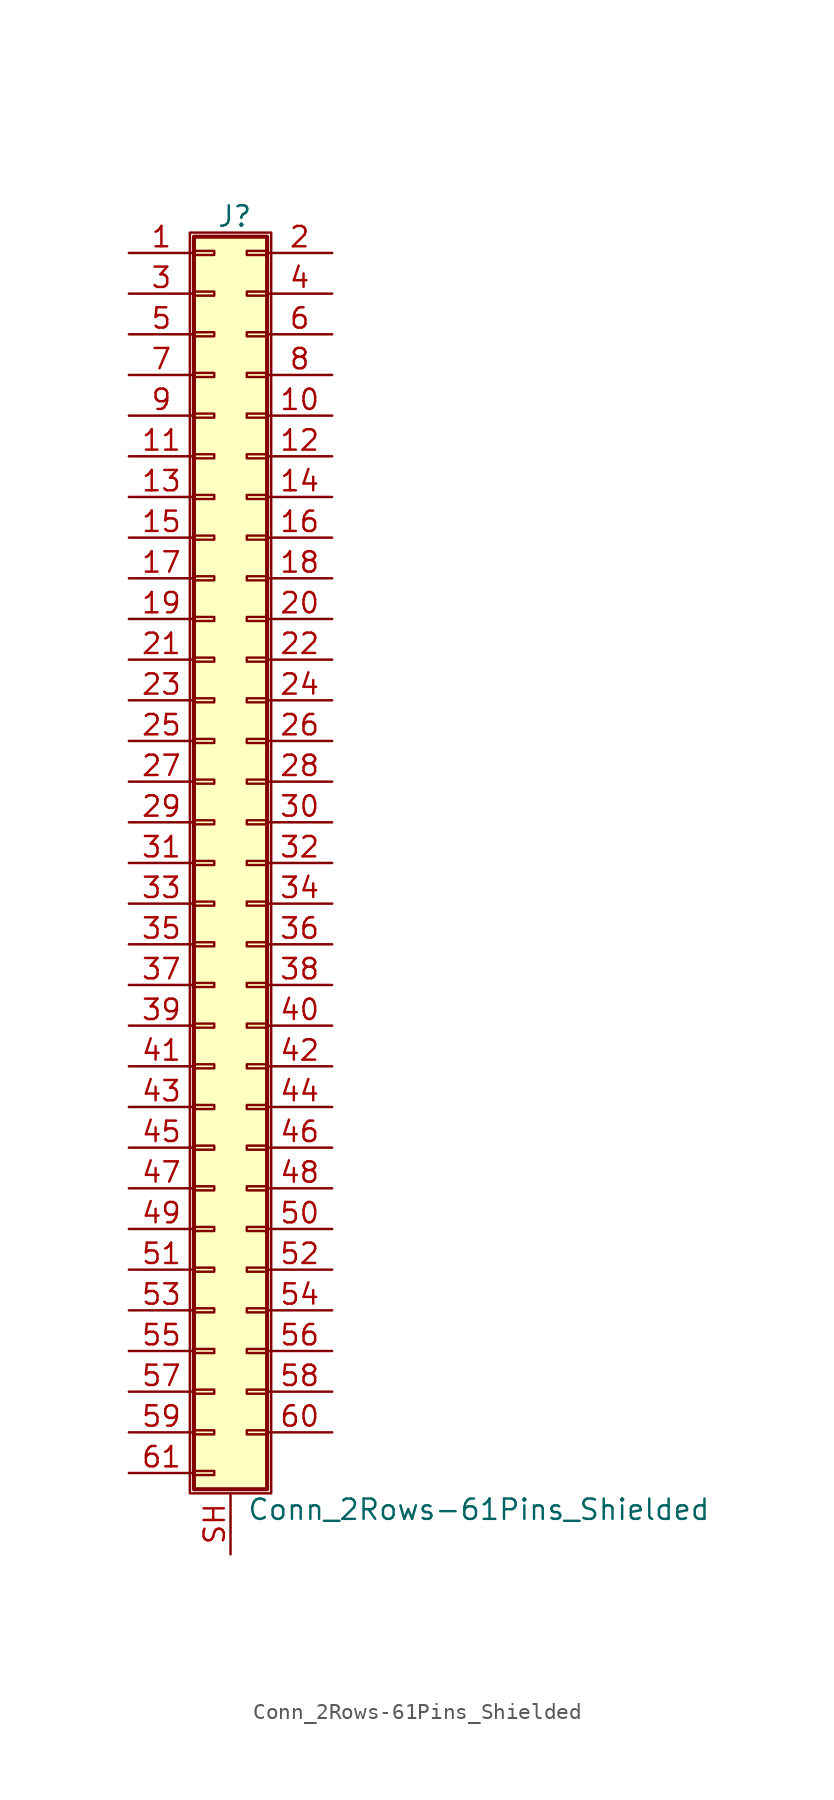
<source format=kicad_sym>
(kicad_symbol_lib
  (version 20200908)
  (generator kicad_symbol_editor)
  (symbol "Connector_Generic_Shielded:Conn_2Rows-61Pins_Shielded"
    (pin_names
      (offset 1.016) hide)
    (property "Reference" "J"
      (at 1.524 40.386 0)
      (effects (font (size 1.27 1.27))))
    (property "Value" "Conn_2Rows-61Pins_Shielded"
      (at 2.286 -40.386 0)
      (effects (font (size 1.27 1.27)) (justify left)))
    (symbol "Conn_2Rows-61Pins_Shielded_1_1"
      (rectangle (start -1.016 -27.813) (end 0.254 -28.067) (stroke (width 0.152)) (fill (type none)))
      (rectangle (start -1.016 -30.353) (end 0.254 -30.607) (stroke (width 0.152)) (fill (type none)))
      (rectangle (start -1.016 -32.893) (end 0.254 -33.147) (stroke (width 0.152)) (fill (type none)))
      (rectangle (start -1.016 -35.433) (end 0.254 -35.687) (stroke (width 0.152)) (fill (type none)))
      (rectangle (start -1.016 -37.973) (end 0.254 -38.227) (stroke (width 0.152)) (fill (type none)))
      (rectangle (start -1.016 -4.953) (end 0.254 -5.207) (stroke (width 0.152)) (fill (type none)))
      (rectangle (start -1.016 -7.493) (end 0.254 -7.747) (stroke (width 0.152)) (fill (type none)))
      (rectangle (start -1.016 -10.033) (end 0.254 -10.287) (stroke (width 0.152)) (fill (type none)))
      (rectangle (start -1.016 -12.573) (end 0.254 -12.827) (stroke (width 0.152)) (fill (type none)))
      (rectangle (start -1.016 -15.113) (end 0.254 -15.367) (stroke (width 0.152)) (fill (type none)))
      (rectangle (start -1.016 -17.653) (end 0.254 -17.907) (stroke (width 0.152)) (fill (type none)))
      (rectangle (start -1.016 -20.193) (end 0.254 -20.447) (stroke (width 0.152)) (fill (type none)))
      (rectangle (start -1.016 -22.733) (end 0.254 -22.987) (stroke (width 0.152)) (fill (type none)))
      (rectangle (start -1.016 -2.413) (end 0.254 -2.667) (stroke (width 0.152)) (fill (type none)))
      (rectangle (start -1.016 -25.273) (end 0.254 -25.527) (stroke (width 0.152)) (fill (type none)))
      (rectangle (start -1.016 25.527) (end 0.254 25.273) (stroke (width 0.152)) (fill (type none)))
      (rectangle (start -1.016 2.667) (end 0.254 2.413) (stroke (width 0.152)) (fill (type none)))
      (rectangle (start -1.016 28.067) (end 0.254 27.813) (stroke (width 0.152)) (fill (type none)))
      (rectangle (start -1.016 30.607) (end 0.254 30.353) (stroke (width 0.152)) (fill (type none)))
      (rectangle (start -1.016 33.147) (end 0.254 32.893) (stroke (width 0.152)) (fill (type none)))
      (rectangle (start -1.016 35.687) (end 0.254 35.433) (stroke (width 0.152)) (fill (type none)))
      (rectangle (start -1.016 38.227) (end 0.254 37.973) (stroke (width 0.152)) (fill (type none)))
      (rectangle (start -1.016 39.116) (end 3.556 -39.116) (stroke (width 0.254)) (fill (type background)))
      (rectangle (start -1.016 5.207) (end 0.254 4.953) (stroke (width 0.152)) (fill (type none)))
      (rectangle (start -1.016 7.747) (end 0.254 7.493) (stroke (width 0.152)) (fill (type none)))
      (rectangle (start -1.016 10.287) (end 0.254 10.033) (stroke (width 0.152)) (fill (type none)))
      (rectangle (start -1.016 0.127) (end 0.254 -0.127) (stroke (width 0.152)) (fill (type none)))
      (rectangle (start -1.016 12.827) (end 0.254 12.573) (stroke (width 0.152)) (fill (type none)))
      (rectangle (start -1.016 15.367) (end 0.254 15.113) (stroke (width 0.152)) (fill (type none)))
      (rectangle (start -1.016 17.907) (end 0.254 17.653) (stroke (width 0.152)) (fill (type none)))
      (rectangle (start -1.016 20.447) (end 0.254 20.193) (stroke (width 0.152)) (fill (type none)))
      (rectangle (start -1.016 22.987) (end 0.254 22.733) (stroke (width 0.152)) (fill (type none)))
      (rectangle (start -1.27 39.37) (end 3.81 -39.37) (stroke (width 0.152)) (fill (type none)))
      (rectangle (start 3.556 -27.813) (end 2.286 -28.067) (stroke (width 0.152)) (fill (type none)))
      (rectangle (start 3.556 -30.353) (end 2.286 -30.607) (stroke (width 0.152)) (fill (type none)))
      (rectangle (start 3.556 -32.893) (end 2.286 -33.147) (stroke (width 0.152)) (fill (type none)))
      (rectangle (start 3.556 -35.433) (end 2.286 -35.687) (stroke (width 0.152)) (fill (type none)))
      (rectangle (start 3.556 -4.953) (end 2.286 -5.207) (stroke (width 0.152)) (fill (type none)))
      (rectangle (start 3.556 -7.493) (end 2.286 -7.747) (stroke (width 0.152)) (fill (type none)))
      (rectangle (start 3.556 -10.033) (end 2.286 -10.287) (stroke (width 0.152)) (fill (type none)))
      (rectangle (start 3.556 -12.573) (end 2.286 -12.827) (stroke (width 0.152)) (fill (type none)))
      (rectangle (start 3.556 -15.113) (end 2.286 -15.367) (stroke (width 0.152)) (fill (type none)))
      (rectangle (start 3.556 -17.653) (end 2.286 -17.907) (stroke (width 0.152)) (fill (type none)))
      (rectangle (start 3.556 -20.193) (end 2.286 -20.447) (stroke (width 0.152)) (fill (type none)))
      (rectangle (start 3.556 -22.733) (end 2.286 -22.987) (stroke (width 0.152)) (fill (type none)))
      (rectangle (start 3.556 -2.413) (end 2.286 -2.667) (stroke (width 0.152)) (fill (type none)))
      (rectangle (start 3.556 -25.273) (end 2.286 -25.527) (stroke (width 0.152)) (fill (type none)))
      (rectangle (start 3.556 25.527) (end 2.286 25.273) (stroke (width 0.152)) (fill (type none)))
      (rectangle (start 3.556 2.667) (end 2.286 2.413) (stroke (width 0.152)) (fill (type none)))
      (rectangle (start 3.556 28.067) (end 2.286 27.813) (stroke (width 0.152)) (fill (type none)))
      (rectangle (start 3.556 30.607) (end 2.286 30.353) (stroke (width 0.152)) (fill (type none)))
      (rectangle (start 3.556 33.147) (end 2.286 32.893) (stroke (width 0.152)) (fill (type none)))
      (rectangle (start 3.556 35.687) (end 2.286 35.433) (stroke (width 0.152)) (fill (type none)))
      (rectangle (start 3.556 38.227) (end 2.286 37.973) (stroke (width 0.152)) (fill (type none)))
      (rectangle (start 3.556 5.207) (end 2.286 4.953) (stroke (width 0.152)) (fill (type none)))
      (rectangle (start 3.556 7.747) (end 2.286 7.493) (stroke (width 0.152)) (fill (type none)))
      (rectangle (start 3.556 10.287) (end 2.286 10.033) (stroke (width 0.152)) (fill (type none)))
      (rectangle (start 3.556 0.127) (end 2.286 -0.127) (stroke (width 0.152)) (fill (type none)))
      (rectangle (start 3.556 12.827) (end 2.286 12.573) (stroke (width 0.152)) (fill (type none)))
      (rectangle (start 3.556 15.367) (end 2.286 15.113) (stroke (width 0.152)) (fill (type none)))
      (rectangle (start 3.556 17.907) (end 2.286 17.653) (stroke (width 0.152)) (fill (type none)))
      (rectangle (start 3.556 20.447) (end 2.286 20.193) (stroke (width 0.152)) (fill (type none)))
      (rectangle (start 3.556 22.987) (end 2.286 22.733) (stroke (width 0.152)) (fill (type none)))
      (pin passive line (at -5.08 38.1 0) (length 4.064) (name "Pin_1" (effects (font (size 1.27 1.27)))) (number "1" (effects (font (size 1.27 1.27)))))
      (pin passive line (at 7.62 27.94 180) (length 4.064) (name "Pin_10" (effects (font (size 1.27 1.27)))) (number "10" (effects (font (size 1.27 1.27)))))
      (pin passive line (at -5.08 25.4 0) (length 4.064) (name "Pin_11" (effects (font (size 1.27 1.27)))) (number "11" (effects (font (size 1.27 1.27)))))
      (pin passive line (at 7.62 25.4 180) (length 4.064) (name "Pin_12" (effects (font (size 1.27 1.27)))) (number "12" (effects (font (size 1.27 1.27)))))
      (pin passive line (at -5.08 22.86 0) (length 4.064) (name "Pin_13" (effects (font (size 1.27 1.27)))) (number "13" (effects (font (size 1.27 1.27)))))
      (pin passive line (at 7.62 22.86 180) (length 4.064) (name "Pin_14" (effects (font (size 1.27 1.27)))) (number "14" (effects (font (size 1.27 1.27)))))
      (pin passive line (at -5.08 20.32 0) (length 4.064) (name "Pin_15" (effects (font (size 1.27 1.27)))) (number "15" (effects (font (size 1.27 1.27)))))
      (pin passive line (at 7.62 20.32 180) (length 4.064) (name "Pin_16" (effects (font (size 1.27 1.27)))) (number "16" (effects (font (size 1.27 1.27)))))
      (pin passive line (at -5.08 17.78 0) (length 4.064) (name "Pin_17" (effects (font (size 1.27 1.27)))) (number "17" (effects (font (size 1.27 1.27)))))
      (pin passive line (at 7.62 17.78 180) (length 4.064) (name "Pin_18" (effects (font (size 1.27 1.27)))) (number "18" (effects (font (size 1.27 1.27)))))
      (pin passive line (at -5.08 15.24 0) (length 4.064) (name "Pin_19" (effects (font (size 1.27 1.27)))) (number "19" (effects (font (size 1.27 1.27)))))
      (pin passive line (at 7.62 38.1 180) (length 4.064) (name "Pin_2" (effects (font (size 1.27 1.27)))) (number "2" (effects (font (size 1.27 1.27)))))
      (pin passive line (at 7.62 15.24 180) (length 4.064) (name "Pin_20" (effects (font (size 1.27 1.27)))) (number "20" (effects (font (size 1.27 1.27)))))
      (pin passive line (at -5.08 12.7 0) (length 4.064) (name "Pin_21" (effects (font (size 1.27 1.27)))) (number "21" (effects (font (size 1.27 1.27)))))
      (pin passive line (at 7.62 12.7 180) (length 4.064) (name "Pin_22" (effects (font (size 1.27 1.27)))) (number "22" (effects (font (size 1.27 1.27)))))
      (pin passive line (at -5.08 10.16 0) (length 4.064) (name "Pin_23" (effects (font (size 1.27 1.27)))) (number "23" (effects (font (size 1.27 1.27)))))
      (pin passive line (at 7.62 10.16 180) (length 4.064) (name "Pin_24" (effects (font (size 1.27 1.27)))) (number "24" (effects (font (size 1.27 1.27)))))
      (pin passive line (at -5.08 7.62 0) (length 4.064) (name "Pin_25" (effects (font (size 1.27 1.27)))) (number "25" (effects (font (size 1.27 1.27)))))
      (pin passive line (at 7.62 7.62 180) (length 4.064) (name "Pin_26" (effects (font (size 1.27 1.27)))) (number "26" (effects (font (size 1.27 1.27)))))
      (pin passive line (at -5.08 5.08 0) (length 4.064) (name "Pin_27" (effects (font (size 1.27 1.27)))) (number "27" (effects (font (size 1.27 1.27)))))
      (pin passive line (at 7.62 5.08 180) (length 4.064) (name "Pin_28" (effects (font (size 1.27 1.27)))) (number "28" (effects (font (size 1.27 1.27)))))
      (pin passive line (at -5.08 2.54 0) (length 4.064) (name "Pin_29" (effects (font (size 1.27 1.27)))) (number "29" (effects (font (size 1.27 1.27)))))
      (pin passive line (at -5.08 35.56 0) (length 4.064) (name "Pin_3" (effects (font (size 1.27 1.27)))) (number "3" (effects (font (size 1.27 1.27)))))
      (pin passive line (at 7.62 2.54 180) (length 4.064) (name "Pin_30" (effects (font (size 1.27 1.27)))) (number "30" (effects (font (size 1.27 1.27)))))
      (pin passive line (at -5.08 0 0) (length 4.064) (name "Pin_31" (effects (font (size 1.27 1.27)))) (number "31" (effects (font (size 1.27 1.27)))))
      (pin passive line (at 7.62 0 180) (length 4.064) (name "Pin_32" (effects (font (size 1.27 1.27)))) (number "32" (effects (font (size 1.27 1.27)))))
      (pin passive line (at -5.08 -2.54 0) (length 4.064) (name "Pin_33" (effects (font (size 1.27 1.27)))) (number "33" (effects (font (size 1.27 1.27)))))
      (pin passive line (at 7.62 -2.54 180) (length 4.064) (name "Pin_34" (effects (font (size 1.27 1.27)))) (number "34" (effects (font (size 1.27 1.27)))))
      (pin passive line (at -5.08 -5.08 0) (length 4.064) (name "Pin_35" (effects (font (size 1.27 1.27)))) (number "35" (effects (font (size 1.27 1.27)))))
      (pin passive line (at 7.62 -5.08 180) (length 4.064) (name "Pin_36" (effects (font (size 1.27 1.27)))) (number "36" (effects (font (size 1.27 1.27)))))
      (pin passive line (at -5.08 -7.62 0) (length 4.064) (name "Pin_37" (effects (font (size 1.27 1.27)))) (number "37" (effects (font (size 1.27 1.27)))))
      (pin passive line (at 7.62 -7.62 180) (length 4.064) (name "Pin_38" (effects (font (size 1.27 1.27)))) (number "38" (effects (font (size 1.27 1.27)))))
      (pin passive line (at -5.08 -10.16 0) (length 4.064) (name "Pin_39" (effects (font (size 1.27 1.27)))) (number "39" (effects (font (size 1.27 1.27)))))
      (pin passive line (at 7.62 35.56 180) (length 4.064) (name "Pin_4" (effects (font (size 1.27 1.27)))) (number "4" (effects (font (size 1.27 1.27)))))
      (pin passive line (at 7.62 -10.16 180) (length 4.064) (name "Pin_40" (effects (font (size 1.27 1.27)))) (number "40" (effects (font (size 1.27 1.27)))))
      (pin passive line (at -5.08 -12.7 0) (length 4.064) (name "Pin_41" (effects (font (size 1.27 1.27)))) (number "41" (effects (font (size 1.27 1.27)))))
      (pin passive line (at 7.62 -12.7 180) (length 4.064) (name "Pin_42" (effects (font (size 1.27 1.27)))) (number "42" (effects (font (size 1.27 1.27)))))
      (pin passive line (at -5.08 -15.24 0) (length 4.064) (name "Pin_43" (effects (font (size 1.27 1.27)))) (number "43" (effects (font (size 1.27 1.27)))))
      (pin passive line (at 7.62 -15.24 180) (length 4.064) (name "Pin_44" (effects (font (size 1.27 1.27)))) (number "44" (effects (font (size 1.27 1.27)))))
      (pin passive line (at -5.08 -17.78 0) (length 4.064) (name "Pin_45" (effects (font (size 1.27 1.27)))) (number "45" (effects (font (size 1.27 1.27)))))
      (pin passive line (at 7.62 -17.78 180) (length 4.064) (name "Pin_46" (effects (font (size 1.27 1.27)))) (number "46" (effects (font (size 1.27 1.27)))))
      (pin passive line (at -5.08 -20.32 0) (length 4.064) (name "Pin_47" (effects (font (size 1.27 1.27)))) (number "47" (effects (font (size 1.27 1.27)))))
      (pin passive line (at 7.62 -20.32 180) (length 4.064) (name "Pin_48" (effects (font (size 1.27 1.27)))) (number "48" (effects (font (size 1.27 1.27)))))
      (pin passive line (at -5.08 -22.86 0) (length 4.064) (name "Pin_49" (effects (font (size 1.27 1.27)))) (number "49" (effects (font (size 1.27 1.27)))))
      (pin passive line (at -5.08 33.02 0) (length 4.064) (name "Pin_5" (effects (font (size 1.27 1.27)))) (number "5" (effects (font (size 1.27 1.27)))))
      (pin passive line (at 7.62 -22.86 180) (length 4.064) (name "Pin_50" (effects (font (size 1.27 1.27)))) (number "50" (effects (font (size 1.27 1.27)))))
      (pin passive line (at -5.08 -25.4 0) (length 4.064) (name "Pin_51" (effects (font (size 1.27 1.27)))) (number "51" (effects (font (size 1.27 1.27)))))
      (pin passive line (at 7.62 -25.4 180) (length 4.064) (name "Pin_52" (effects (font (size 1.27 1.27)))) (number "52" (effects (font (size 1.27 1.27)))))
      (pin passive line (at -5.08 -27.94 0) (length 4.064) (name "Pin_53" (effects (font (size 1.27 1.27)))) (number "53" (effects (font (size 1.27 1.27)))))
      (pin passive line (at 7.62 -27.94 180) (length 4.064) (name "Pin_54" (effects (font (size 1.27 1.27)))) (number "54" (effects (font (size 1.27 1.27)))))
      (pin passive line (at -5.08 -30.48 0) (length 4.064) (name "Pin_55" (effects (font (size 1.27 1.27)))) (number "55" (effects (font (size 1.27 1.27)))))
      (pin passive line (at 7.62 -30.48 180) (length 4.064) (name "Pin_56" (effects (font (size 1.27 1.27)))) (number "56" (effects (font (size 1.27 1.27)))))
      (pin passive line (at -5.08 -33.02 0) (length 4.064) (name "Pin_57" (effects (font (size 1.27 1.27)))) (number "57" (effects (font (size 1.27 1.27)))))
      (pin passive line (at 7.62 -33.02 180) (length 4.064) (name "Pin_58" (effects (font (size 1.27 1.27)))) (number "58" (effects (font (size 1.27 1.27)))))
      (pin passive line (at -5.08 -35.56 0) (length 4.064) (name "Pin_59" (effects (font (size 1.27 1.27)))) (number "59" (effects (font (size 1.27 1.27)))))
      (pin passive line (at 7.62 33.02 180) (length 4.064) (name "Pin_6" (effects (font (size 1.27 1.27)))) (number "6" (effects (font (size 1.27 1.27)))))
      (pin passive line (at 7.62 -35.56 180) (length 4.064) (name "Pin_60" (effects (font (size 1.27 1.27)))) (number "60" (effects (font (size 1.27 1.27)))))
      (pin passive line (at -5.08 -38.1 0) (length 4.064) (name "Pin_61" (effects (font (size 1.27 1.27)))) (number "61" (effects (font (size 1.27 1.27)))))
      (pin passive line (at -5.08 30.48 0) (length 4.064) (name "Pin_7" (effects (font (size 1.27 1.27)))) (number "7" (effects (font (size 1.27 1.27)))))
      (pin passive line (at 7.62 30.48 180) (length 4.064) (name "Pin_8" (effects (font (size 1.27 1.27)))) (number "8" (effects (font (size 1.27 1.27)))))
      (pin passive line (at -5.08 27.94 0) (length 4.064) (name "Pin_9" (effects (font (size 1.27 1.27)))) (number "9" (effects (font (size 1.27 1.27)))))
      (pin passive line (at 1.27 -43.18 90) (length 3.81) (name "Shield" (effects (font (size 1.27 1.27)))) (number "SH" (effects (font (size 1.27 1.27))))))))
</source>
